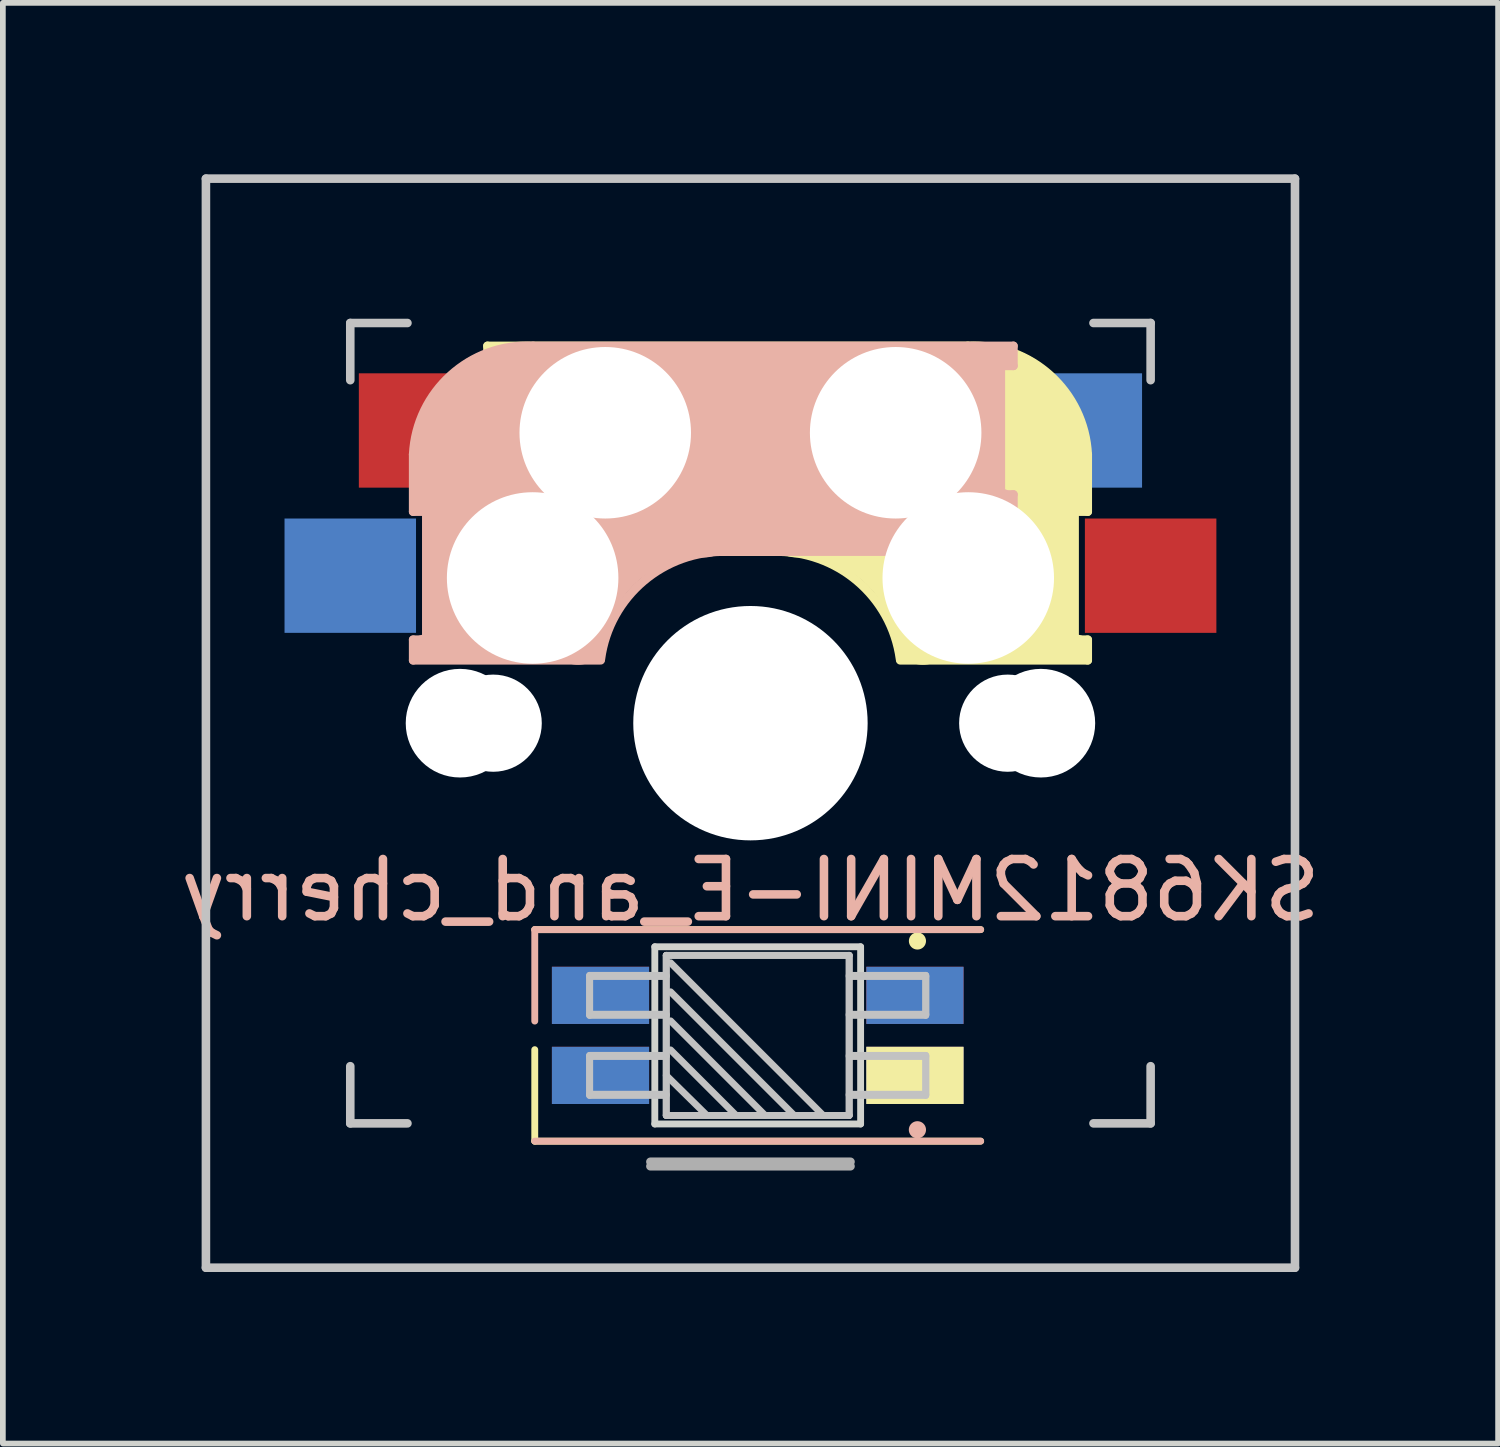
<source format=kicad_pcb>
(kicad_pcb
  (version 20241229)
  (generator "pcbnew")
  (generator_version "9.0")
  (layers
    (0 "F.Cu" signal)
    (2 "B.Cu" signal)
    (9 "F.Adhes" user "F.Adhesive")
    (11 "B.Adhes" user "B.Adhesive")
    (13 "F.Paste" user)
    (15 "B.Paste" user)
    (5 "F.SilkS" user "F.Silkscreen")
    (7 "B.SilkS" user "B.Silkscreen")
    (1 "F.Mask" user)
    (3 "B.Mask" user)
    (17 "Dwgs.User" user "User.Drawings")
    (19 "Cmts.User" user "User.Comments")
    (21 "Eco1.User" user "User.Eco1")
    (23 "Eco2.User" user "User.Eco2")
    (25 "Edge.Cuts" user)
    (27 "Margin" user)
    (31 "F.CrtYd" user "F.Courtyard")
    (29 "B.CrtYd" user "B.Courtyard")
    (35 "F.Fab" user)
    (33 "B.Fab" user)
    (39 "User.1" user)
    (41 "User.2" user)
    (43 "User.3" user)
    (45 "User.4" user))
  (footprint "SK6812MINI-E_and_cherry"
    (layer "F.Cu")
    (at 10.077 9.6)
    (property "Reference" "SK6812MINI-E_and_cherry" (at 0 2.921 0) (unlocked yes) (layer "B.SilkS") (effects (font (size 1 1) (thickness 0.15)) (justify mirror)))
    (attr through_hole)
    (fp_line (start -4.6 -6.6) (end 3.8 -6.6) (stroke (width 0.15) (type solid)) (layer "F.SilkS"))
    (fp_line (start -4.6 -6.25) (end -4.6 -6.6) (stroke (width 0.15) (type solid)) (layer "F.SilkS"))
    (fp_line (start -4.6 -4) (end -4.4 -4) (stroke (width 0.15) (type solid)) (layer "F.SilkS"))
    (fp_line (start -4.6 -3) (end -4.6 -4) (stroke (width 0.15) (type solid)) (layer "F.SilkS"))
    (fp_line (start -4.4 -6.4) (end -3 -6.4) (stroke (width 0.4) (type solid)) (layer "F.SilkS"))
    (fp_line (start -4.4 -6.25) (end -4.6 -6.25) (stroke (width 0.15) (type solid)) (layer "F.SilkS"))
    (fp_line (start -4.4 -3.9) (end -4.4 -3.2) (stroke (width 0.4) (type solid)) (layer "F.SilkS"))
    (fp_line (start -4.38 -4) (end -4.38 -6.25) (stroke (width 0.15) (type solid)) (layer "F.SilkS"))
    (fp_line (start -4.3 -3.3) (end -2.9 -3.3) (stroke (width 0.5) (type solid)) (layer "F.SilkS"))
    (fp_line (start -3.9 -6) (end -3.9 -3.5) (stroke (width 1) (type solid)) (layer "F.SilkS"))
    (fp_line (start -3.773 5.711) (end -3.773 7.311) (stroke (width 0.12) (type solid)) (layer "F.SilkS"))
    (fp_line (start -3.773 7.311) (end 4.027 7.311) (stroke (width 0.12) (type solid)) (layer "F.SilkS"))
    (fp_line (start -2.6 -4.8) (end 4.1 -4.8) (stroke (width 3.5) (type solid)) (layer "F.SilkS"))
    (fp_line (start 0.4 -3) (end -4.6 -3) (stroke (width 0.15) (type solid)) (layer "F.SilkS"))
    (fp_line (start 2.921 3.81) (end 2.921 3.81) (stroke (width 0.3) (type solid)) (layer "F.SilkS"))
    (fp_line (start 4.027 3.611) (end -3.773 3.611) (stroke (width 0.12) (type solid)) (layer "F.SilkS"))
    (fp_line (start 4.17 -5.1) (end 4.17 -2.86) (stroke (width 3) (type solid)) (layer "F.SilkS"))
    (fp_line (start 5.3 -1.6) (end 5.3 -3.4) (stroke (width 0.8) (type solid)) (layer "F.SilkS"))
    (fp_line (start 5.67 -3.7) (end 5.67 -1.46) (stroke (width 0.15) (type solid)) (layer "F.SilkS"))
    (fp_line (start 5.7 -1.46) (end 5.9 -1.46) (stroke (width 0.15) (type solid)) (layer "F.SilkS"))
    (fp_line (start 5.7 -1.3) (end 3 -1.3) (stroke (width 0.5) (type solid)) (layer "F.SilkS"))
    (fp_line (start 5.8 -3.8) (end 5.8 -4.7) (stroke (width 0.3) (type solid)) (layer "F.SilkS"))
    (fp_line (start 5.9 -4.7) (end 5.9 -3.7) (stroke (width 0.15) (type solid)) (layer "F.SilkS"))
    (fp_line (start 5.9 -3.7) (end 5.7 -3.7) (stroke (width 0.15) (type solid)) (layer "F.SilkS"))
    (fp_line (start 5.9 -1.1) (end 2.62 -1.1) (stroke (width 0.15) (type solid)) (layer "F.SilkS"))
    (fp_line (start 5.9 -1.1) (end 5.9 -1.46) (stroke (width 0.15) (type solid)) (layer "F.SilkS"))
    (fp_arc (start 0.4 -3) (mid 1.868709 -2.486118) (end 2.616318 -1.121471) (stroke (width 0.15) (type solid)) (layer "F.SilkS"))
    (fp_arc (start 0.8 -3.4) (mid 2.268709 -2.886118) (end 3.016318 -1.521471) (stroke (width 1) (type solid)) (layer "F.SilkS"))
    (fp_arc (start 3.8 -6.600001) (mid 5.243504 -6.084925) (end 5.900001 -4.7) (stroke (width 0.15) (type solid)) (layer "F.SilkS"))
    (fp_line (start -5.9 -4.7) (end -5.9 -3.7) (stroke (width 0.15) (type solid)) (layer "B.SilkS"))
    (fp_line (start -5.9 -3.7) (end -5.7 -3.7) (stroke (width 0.15) (type solid)) (layer "B.SilkS"))
    (fp_line (start -5.9 -1.1) (end -5.9 -1.46) (stroke (width 0.15) (type solid)) (layer "B.SilkS"))
    (fp_line (start -5.9 -1.1) (end -2.62 -1.1) (stroke (width 0.15) (type solid)) (layer "B.SilkS"))
    (fp_line (start -5.8 -3.8) (end -5.8 -4.7) (stroke (width 0.3) (type solid)) (layer "B.SilkS"))
    (fp_line (start -5.7 -1.46) (end -5.9 -1.46) (stroke (width 0.15) (type solid)) (layer "B.SilkS"))
    (fp_line (start -5.7 -1.3) (end -3 -1.3) (stroke (width 0.5) (type solid)) (layer "B.SilkS"))
    (fp_line (start -5.67 -3.7) (end -5.67 -1.46) (stroke (width 0.15) (type solid)) (layer "B.SilkS"))
    (fp_line (start -5.3 -1.6) (end -5.3 -3.4) (stroke (width 0.8) (type solid)) (layer "B.SilkS"))
    (fp_line (start -4.17 -5.1) (end -4.17 -2.86) (stroke (width 3) (type solid)) (layer "B.SilkS"))
    (fp_line (start -3.773 3.611) (end 4.027 3.611) (stroke (width 0.12) (type solid)) (layer "B.SilkS"))
    (fp_line (start -3.773 5.211) (end -3.773 3.611) (stroke (width 0.12) (type solid)) (layer "B.SilkS"))
    (fp_line (start -0.4 -3) (end 4.6 -3) (stroke (width 0.15) (type solid)) (layer "B.SilkS"))
    (fp_line (start 2.6 -4.8) (end -4.1 -4.8) (stroke (width 3.5) (type solid)) (layer "B.SilkS"))
    (fp_line (start 2.92 7.112) (end 2.921 7.112) (stroke (width 0.3) (type solid)) (layer "B.SilkS"))
    (fp_line (start 3.9 -6) (end 3.9 -3.5) (stroke (width 1) (type solid)) (layer "B.SilkS"))
    (fp_line (start 4.027 7.311) (end -3.773 7.311) (stroke (width 0.12) (type solid)) (layer "B.SilkS"))
    (fp_line (start 4.3 -3.3) (end 2.9 -3.3) (stroke (width 0.5) (type solid)) (layer "B.SilkS"))
    (fp_line (start 4.38 -4) (end 4.38 -6.25) (stroke (width 0.15) (type solid)) (layer "B.SilkS"))
    (fp_line (start 4.4 -6.4) (end 3 -6.4) (stroke (width 0.4) (type solid)) (layer "B.SilkS"))
    (fp_line (start 4.4 -6.25) (end 4.6 -6.25) (stroke (width 0.15) (type solid)) (layer "B.SilkS"))
    (fp_line (start 4.4 -3.9) (end 4.4 -3.2) (stroke (width 0.4) (type solid)) (layer "B.SilkS"))
    (fp_line (start 4.6 -6.6) (end -3.8 -6.6) (stroke (width 0.15) (type solid)) (layer "B.SilkS"))
    (fp_line (start 4.6 -6.25) (end 4.6 -6.6) (stroke (width 0.15) (type solid)) (layer "B.SilkS"))
    (fp_line (start 4.6 -4) (end 4.4 -4) (stroke (width 0.15) (type solid)) (layer "B.SilkS"))
    (fp_line (start 4.6 -3) (end 4.6 -4) (stroke (width 0.15) (type solid)) (layer "B.SilkS"))
    (fp_arc (start -5.9 -4.699999) (mid -5.243504 -6.084924) (end -3.800001 -6.6) (stroke (width 0.15) (type solid)) (layer "B.SilkS"))
    (fp_arc (start -3.016318 -1.521471) (mid -2.268709 -2.886118) (end -0.8 -3.4) (stroke (width 1) (type solid)) (layer "B.SilkS"))
    (fp_arc (start -2.616318 -1.121471) (mid -1.868709 -2.486118) (end -0.4 -3) (stroke (width 0.15) (type solid)) (layer "B.SilkS"))
    (fp_line (start -9.525 -9.525) (end 9.525 -9.525) (stroke (width 0.15) (type solid)) (layer "Dwgs.User"))
    (fp_line (start -9.525 9.525) (end -9.525 -9.525) (stroke (width 0.15) (type solid)) (layer "Dwgs.User"))
    (fp_line (start -7 -7) (end -6 -7) (stroke (width 0.15) (type solid)) (layer "Dwgs.User"))
    (fp_line (start -7 -6) (end -7 -7) (stroke (width 0.15) (type solid)) (layer "Dwgs.User"))
    (fp_line (start -7 6) (end -7 7) (stroke (width 0.15) (type solid)) (layer "Dwgs.User"))
    (fp_line (start -7 7) (end -6 7) (stroke (width 0.15) (type solid)) (layer "Dwgs.User"))
    (fp_line (start -2.813 4.411) (end -2.813 5.091) (stroke (width 0.12) (type solid)) (layer "Dwgs.User"))
    (fp_line (start -2.813 4.431) (end -1.473 4.431) (stroke (width 0.12) (type solid)) (layer "Dwgs.User"))
    (fp_line (start -2.813 5.091) (end -1.473 5.091) (stroke (width 0.12) (type solid)) (layer "Dwgs.User"))
    (fp_line (start -2.813 5.111) (end -2.813 4.431) (stroke (width 0.12) (type solid)) (layer "Dwgs.User"))
    (fp_line (start -2.813 5.811) (end -2.813 6.491) (stroke (width 0.12) (type solid)) (layer "Dwgs.User"))
    (fp_line (start -2.813 5.831) (end -1.473 5.831) (stroke (width 0.12) (type solid)) (layer "Dwgs.User"))
    (fp_line (start -2.813 6.491) (end -1.473 6.491) (stroke (width 0.12) (type solid)) (layer "Dwgs.User"))
    (fp_line (start -2.813 6.511) (end -2.813 5.831) (stroke (width 0.12) (type solid)) (layer "Dwgs.User"))
    (fp_line (start -1.473 4.061) (end -1.473 6.861) (stroke (width 0.12) (type solid)) (layer "Dwgs.User"))
    (fp_line (start -1.473 4.061) (end 1.727 4.061) (stroke (width 0.12) (type solid)) (layer "Dwgs.User"))
    (fp_line (start -1.473 4.061) (end 1.727 4.061) (stroke (width 0.12) (type solid)) (layer "Dwgs.User"))
    (fp_line (start -1.473 4.411) (end -2.813 4.411) (stroke (width 0.12) (type solid)) (layer "Dwgs.User"))
    (fp_line (start -1.473 5.111) (end -2.813 5.111) (stroke (width 0.12) (type solid)) (layer "Dwgs.User"))
    (fp_line (start -1.473 5.811) (end -2.813 5.811) (stroke (width 0.12) (type solid)) (layer "Dwgs.User"))
    (fp_line (start -1.473 6.161) (end -0.762 6.861) (stroke (width 0.12) (type solid)) (layer "Dwgs.User"))
    (fp_line (start -1.473 6.511) (end -2.813 6.511) (stroke (width 0.12) (type solid)) (layer "Dwgs.User"))
    (fp_line (start -1.473 6.861) (end -1.473 4.061) (stroke (width 0.12) (type solid)) (layer "Dwgs.User"))
    (fp_line (start -1.473 6.861) (end 1.727 6.861) (stroke (width 0.12) (type solid)) (layer "Dwgs.User"))
    (fp_line (start -1.473 6.861) (end 1.727 6.861) (stroke (width 0.12) (type solid)) (layer "Dwgs.User"))
    (fp_line (start -1.397 4.191) (end 1.27 6.858) (stroke (width 0.12) (type solid)) (layer "Dwgs.User"))
    (fp_line (start -1.397 4.699) (end 0.762 6.858) (stroke (width 0.12) (type solid)) (layer "Dwgs.User"))
    (fp_line (start -1.397 5.207) (end 0.254 6.858) (stroke (width 0.12) (type solid)) (layer "Dwgs.User"))
    (fp_line (start -1.397 5.715) (end -0.254 6.858) (stroke (width 0.12) (type solid)) (layer "Dwgs.User"))
    (fp_line (start 1.727 4.061) (end 1.727 6.861) (stroke (width 0.12) (type solid)) (layer "Dwgs.User"))
    (fp_line (start 1.727 4.431) (end 3.067 4.431) (stroke (width 0.12) (type solid)) (layer "Dwgs.User"))
    (fp_line (start 1.727 5.091) (end 3.067 5.091) (stroke (width 0.12) (type solid)) (layer "Dwgs.User"))
    (fp_line (start 1.727 5.831) (end 3.067 5.831) (stroke (width 0.12) (type solid)) (layer "Dwgs.User"))
    (fp_line (start 1.727 6.491) (end 3.067 6.491) (stroke (width 0.12) (type solid)) (layer "Dwgs.User"))
    (fp_line (start 1.727 6.861) (end 1.727 4.061) (stroke (width 0.12) (type solid)) (layer "Dwgs.User"))
    (fp_line (start 3.067 4.411) (end 1.727 4.411) (stroke (width 0.12) (type solid)) (layer "Dwgs.User"))
    (fp_line (start 3.067 4.431) (end 3.067 5.111) (stroke (width 0.12) (type solid)) (layer "Dwgs.User"))
    (fp_line (start 3.067 5.091) (end 3.067 4.411) (stroke (width 0.12) (type solid)) (layer "Dwgs.User"))
    (fp_line (start 3.067 5.111) (end 1.727 5.111) (stroke (width 0.12) (type solid)) (layer "Dwgs.User"))
    (fp_line (start 3.067 5.811) (end 1.727 5.811) (stroke (width 0.12) (type solid)) (layer "Dwgs.User"))
    (fp_line (start 3.067 5.831) (end 3.067 6.511) (stroke (width 0.12) (type solid)) (layer "Dwgs.User"))
    (fp_line (start 3.067 6.491) (end 3.067 5.811) (stroke (width 0.12) (type solid)) (layer "Dwgs.User"))
    (fp_line (start 3.067 6.511) (end 1.727 6.511) (stroke (width 0.12) (type solid)) (layer "Dwgs.User"))
    (fp_line (start 6 7) (end 7 7) (stroke (width 0.15) (type solid)) (layer "Dwgs.User"))
    (fp_line (start 7 -7) (end 6 -7) (stroke (width 0.15) (type solid)) (layer "Dwgs.User"))
    (fp_line (start 7 -7) (end 7 -6) (stroke (width 0.15) (type solid)) (layer "Dwgs.User"))
    (fp_line (start 7 7) (end 7 6) (stroke (width 0.15) (type solid)) (layer "Dwgs.User"))
    (fp_line (start 9.525 -9.525) (end 9.525 9.525) (stroke (width 0.15) (type solid)) (layer "Dwgs.User"))
    (fp_line (start 9.525 9.525) (end -9.525 9.525) (stroke (width 0.15) (type solid)) (layer "Dwgs.User"))
    (fp_line (start -1.673 3.911) (end 1.927 3.911) (stroke (width 0.12) (type solid)) (layer "Edge.Cuts"))
    (fp_line (start -1.673 7.011) (end -1.673 3.911) (stroke (width 0.12) (type solid)) (layer "Edge.Cuts"))
    (fp_line (start 1.927 3.911) (end 1.927 7.011) (stroke (width 0.12) (type solid)) (layer "Edge.Cuts"))
    (fp_line (start 1.927 7.011) (end -1.673 7.011) (stroke (width 0.12) (type solid)) (layer "Edge.Cuts"))
    (fp_line (start -1.75 7.672) (end 1.75 7.672) (stroke (width 0.15) (type solid)) (layer "F.Fab"))
    (fp_line (start 1.75 7.75) (end -1.75 7.75) (stroke (width 0.15) (type solid)) (layer "F.Fab"))
    (pad "" np_thru_hole circle (at -5.08 0) (size 1.9 1.9) (drill 1.9) (layers "*.Cu" "*.Mask"))
    (pad "" np_thru_hole circle (at -4.5 0) (size 1.7 1.7) (drill 1.7) (layers "*.Cu" "*.Mask"))
    (pad "" np_thru_hole circle (at -3.81 -2.54 180) (size 3 3) (drill 3) (layers "*.Cu" "*.Mask"))
    (pad "" np_thru_hole circle (at -2.54 -5.08 180) (size 3 3) (drill 3) (layers "*.Cu" "*.Mask"))
    (pad "" np_thru_hole circle (at 0 0 90) (size 4.1 4.1) (drill 4.1) (layers "*.Cu" "*.Mask"))
    (pad "" np_thru_hole circle (at 2.54 -5.08 180) (size 3 3) (drill 3) (layers "*.Cu" "*.Mask"))
    (pad "" np_thru_hole circle (at 3.81 -2.54 180) (size 3 3) (drill 3) (layers "*.Cu" "*.Mask"))
    (pad "" np_thru_hole circle (at 4.5 0) (size 1.7 1.7) (drill 1.7) (layers "*.Cu" "*.Mask"))
    (pad "" np_thru_hole circle (at 5.08 0) (size 1.9 1.9) (drill 1.9) (layers "*.Cu" "*.Mask"))
    (pad "1" smd rect (at 2.877 4.761 180) (size 1.7 1) (layers "F.Cu" "F.Mask" "F.Paste"))
    (pad "1" smd rect (at 2.877 6.161) (size 1.7 1) (layers "B.Cu" "B.Mask" "B.Paste"))
    (pad "2" smd rect (at 2.877 4.761) (size 1.7 1) (layers "B.Cu" "B.Mask" "B.Paste"))
    (pad "2" smd rect (at 2.877 6.161 180) (size 1.7 1) (layers "F.Cu" "F.Mask" "F.SilkS" "F.Paste"))
    (pad "3" smd rect (at -2.623 4.761) (size 1.7 1) (layers "B.Cu" "B.Mask" "B.Paste"))
    (pad "3" smd rect (at -2.623 6.161 180) (size 1.7 1) (layers "F.Cu" "F.Mask" "F.Paste"))
    (pad "4" smd rect (at -2.623 4.761 180) (size 1.7 1) (layers "F.Cu" "F.Mask" "F.Paste"))
    (pad "4" smd rect (at -2.623 6.161) (size 1.7 1) (layers "B.Cu" "B.Mask" "B.Paste"))
    (pad "5" smd rect (at -7 -2.58 180) (size 2.3 2) (layers "B.Cu" "B.Mask" "B.Paste"))
    (pad "5" smd rect (at 7 -2.58 180) (size 2.3 2) (layers "F.Cu" "F.Mask" "F.Paste"))
    (pad "6" smd rect (at -5.7 -5.12 180) (size 2.3 2) (layers "F.Cu" "F.Mask"))
    (pad "6" smd rect (at 5.7 -5.12 180) (size 2.3 2) (layers "B.Cu" "B.Mask" "B.Paste")))
  (gr_rect
    (start -3 -3)
    (end 23.155 22.2)
    (stroke (width 0.1) (type default))
    (fill no)
    (layer "Edge.Cuts")))
</source>
